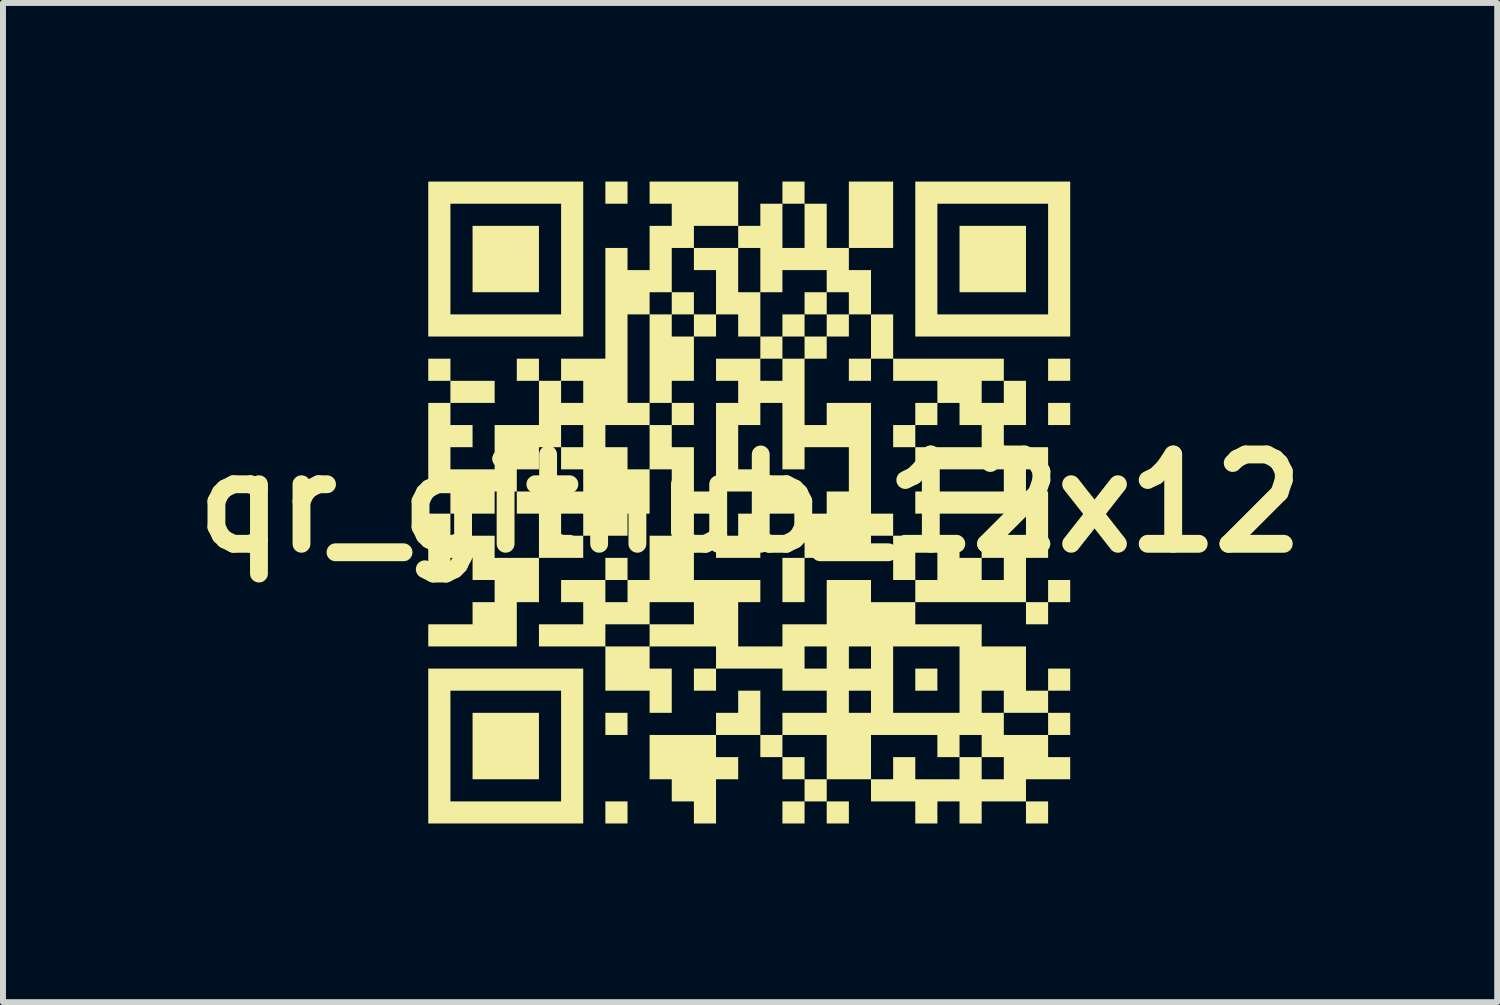
<source format=kicad_pcb>
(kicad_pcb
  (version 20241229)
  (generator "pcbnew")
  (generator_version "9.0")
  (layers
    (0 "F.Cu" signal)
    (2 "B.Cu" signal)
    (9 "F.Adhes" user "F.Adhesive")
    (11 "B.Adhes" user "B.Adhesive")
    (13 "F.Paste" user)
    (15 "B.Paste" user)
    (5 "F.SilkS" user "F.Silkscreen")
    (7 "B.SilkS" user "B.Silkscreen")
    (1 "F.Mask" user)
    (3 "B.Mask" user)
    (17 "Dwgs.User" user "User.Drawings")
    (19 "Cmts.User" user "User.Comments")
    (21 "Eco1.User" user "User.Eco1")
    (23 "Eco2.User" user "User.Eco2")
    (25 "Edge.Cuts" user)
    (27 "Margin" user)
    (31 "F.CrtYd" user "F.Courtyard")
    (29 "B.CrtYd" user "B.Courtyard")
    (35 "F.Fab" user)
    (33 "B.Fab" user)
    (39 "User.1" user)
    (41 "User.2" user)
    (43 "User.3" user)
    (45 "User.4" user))
  (footprint "qr_github_12x12"
    (layer "F.Cu")
    (at 9.55 5.406)
    (property "Reference" "qr_github_12x12" (at 0 0 0) (layer "F.SilkS") (effects (font (size 1.5 1.5) (thickness 0.3))))
    (attr board_only exclude_from_pos_files exclude_from_bom)
    (fp_poly (pts (xy -5.034 -2.245) (xy -5.034 -2.059) (xy -5.22 -2.059) (xy -5.406 -2.059) (xy -5.406 -2.245) (xy -5.406 -2.431) (xy -5.22 -2.431) (xy -5.034 -2.431)) (stroke (width 0) (type solid)) (fill yes) (layer "F.SilkS"))
    (fp_poly (pts (xy -3.547 -4.105) (xy -3.547 -3.547) (xy -4.105 -3.547) (xy -4.662 -3.547) (xy -4.662 -4.105) (xy -4.662 -4.662) (xy -4.105 -4.662) (xy -3.547 -4.662)) (stroke (width 0) (type solid)) (fill yes) (layer "F.SilkS"))
    (fp_poly (pts (xy -3.547 4.076) (xy -3.547 4.634) (xy -4.105 4.634) (xy -4.662 4.634) (xy -4.662 4.076) (xy -4.662 3.518) (xy -4.105 3.518) (xy -3.547 3.518)) (stroke (width 0) (type solid)) (fill yes) (layer "F.SilkS"))
    (fp_poly (pts (xy -2.059 -5.22) (xy -2.059 -5.034) (xy -2.245 -5.034) (xy -2.431 -5.034) (xy -2.431 -5.22) (xy -2.431 -5.406) (xy -2.245 -5.406) (xy -2.059 -5.406)) (stroke (width 0) (type solid)) (fill yes) (layer "F.SilkS"))
    (fp_poly (pts (xy -2.059 3.704) (xy -2.059 3.89) (xy -2.245 3.89) (xy -2.431 3.89) (xy -2.431 3.704) (xy -2.431 3.518) (xy -2.245 3.518) (xy -2.059 3.518)) (stroke (width 0) (type solid)) (fill yes) (layer "F.SilkS"))
    (fp_poly (pts (xy -2.059 5.192) (xy -2.059 5.377) (xy -2.245 5.377) (xy -2.431 5.377) (xy -2.431 5.192) (xy -2.431 5.006) (xy -2.245 5.006) (xy -2.059 5.006)) (stroke (width 0) (type solid)) (fill yes) (layer "F.SilkS"))
    (fp_poly (pts (xy -0.944 -1.502) (xy -0.944 -1.316) (xy -1.13 -1.316) (xy -1.316 -1.316) (xy -1.316 -1.502) (xy -1.316 -1.688) (xy -1.13 -1.688) (xy -0.944 -1.688)) (stroke (width 0) (type solid)) (fill yes) (layer "F.SilkS"))
    (fp_poly (pts (xy 1.659 5.192) (xy 1.659 5.377) (xy 1.473 5.377) (xy 1.287 5.377) (xy 1.287 5.192) (xy 1.287 5.006) (xy 1.473 5.006) (xy 1.659 5.006)) (stroke (width 0) (type solid)) (fill yes) (layer "F.SilkS"))
    (fp_poly (pts (xy 2.031 -2.245) (xy 2.031 -2.059) (xy 1.845 -2.059) (xy 1.659 -2.059) (xy 1.659 -2.245) (xy 1.659 -2.431) (xy 1.845 -2.431) (xy 2.031 -2.431)) (stroke (width 0) (type solid)) (fill yes) (layer "F.SilkS"))
    (fp_poly (pts (xy 2.403 -2.803) (xy 2.403 -2.431) (xy 2.217 -2.431) (xy 2.031 -2.431) (xy 2.031 -2.803) (xy 2.031 -3.175) (xy 2.217 -3.175) (xy 2.403 -3.175)) (stroke (width 0) (type solid)) (fill yes) (layer "F.SilkS"))
    (fp_poly (pts (xy 2.775 0.915) (xy 2.775 1.287) (xy 2.589 1.287) (xy 2.403 1.287) (xy 2.403 0.915) (xy 2.403 0.543) (xy 2.589 0.543) (xy 2.775 0.543)) (stroke (width 0) (type solid)) (fill yes) (layer "F.SilkS"))
    (fp_poly (pts (xy 3.146 2.96) (xy 3.146 3.146) (xy 2.96 3.146) (xy 2.775 3.146) (xy 2.775 2.96) (xy 2.775 2.775) (xy 2.96 2.775) (xy 3.146 2.775)) (stroke (width 0) (type solid)) (fill yes) (layer "F.SilkS"))
    (fp_poly (pts (xy 4.634 -4.105) (xy 4.634 -3.547) (xy 4.076 -3.547) (xy 3.518 -3.547) (xy 3.518 -4.105) (xy 3.518 -4.662) (xy 4.076 -4.662) (xy 4.634 -4.662)) (stroke (width 0) (type solid)) (fill yes) (layer "F.SilkS"))
    (fp_poly (pts (xy 5.006 5.192) (xy 5.006 5.377) (xy 4.82 5.377) (xy 4.634 5.377) (xy 4.634 5.192) (xy 4.634 5.006) (xy 4.82 5.006) (xy 5.006 5.006)) (stroke (width 0) (type solid)) (fill yes) (layer "F.SilkS"))
    (fp_poly (pts (xy 5.377 -2.245) (xy 5.377 -2.059) (xy 5.192 -2.059) (xy 5.006 -2.059) (xy 5.006 -2.245) (xy 5.006 -2.431) (xy 5.192 -2.431) (xy 5.377 -2.431)) (stroke (width 0) (type solid)) (fill yes) (layer "F.SilkS"))
    (fp_poly (pts (xy 5.377 -1.502) (xy 5.377 -1.316) (xy 5.192 -1.316) (xy 5.006 -1.316) (xy 5.006 -1.502) (xy 5.006 -1.688) (xy 5.192 -1.688) (xy 5.377 -1.688)) (stroke (width 0) (type solid)) (fill yes) (layer "F.SilkS"))
    (fp_poly (pts (xy 3.146 -1.502) (xy 3.146 -1.316) (xy 2.96 -1.316) (xy 2.775 -1.316) (xy 2.775 -1.13) (xy 2.775 -0.944) (xy 2.589 -0.944) (xy 2.403 -0.944) (xy 2.403 -1.13) (xy 2.403 -1.316) (xy 2.589 -1.316) (xy 2.775 -1.316) (xy 2.775 -1.502) (xy 2.775 -1.688) (xy 2.96 -1.688) (xy 3.146 -1.688)) (stroke (width 0) (type solid)) (fill yes) (layer "F.SilkS"))
    (fp_poly (pts (xy -2.803 -4.105) (xy -2.803 -2.803) (xy -4.105 -2.803) (xy -5.406 -2.803) (xy -5.406 -4.105) (xy -5.034 -4.105) (xy -5.034 -3.175) (xy -4.105 -3.175) (xy -3.175 -3.175) (xy -3.175 -4.105) (xy -3.175 -5.034) (xy -4.105 -5.034) (xy -5.034 -5.034) (xy -5.034 -4.105) (xy -5.406 -4.105) (xy -5.406 -5.406) (xy -4.105 -5.406) (xy -2.803 -5.406)) (stroke (width 0) (type solid)) (fill yes) (layer "F.SilkS"))
    (fp_poly (pts (xy -2.803 4.076) (xy -2.803 5.377) (xy -4.105 5.377) (xy -5.406 5.377) (xy -5.406 4.076) (xy -5.034 4.076) (xy -5.034 5.006) (xy -4.105 5.006) (xy -3.175 5.006) (xy -3.175 4.076) (xy -3.175 3.146) (xy -4.105 3.146) (xy -5.034 3.146) (xy -5.034 4.076) (xy -5.406 4.076) (xy -5.406 2.775) (xy -4.105 2.775) (xy -2.803 2.775)) (stroke (width 0) (type solid)) (fill yes) (layer "F.SilkS"))
    (fp_poly (pts (xy 5.377 -4.105) (xy 5.377 -2.803) (xy 4.076 -2.803) (xy 2.775 -2.803) (xy 2.775 -4.105) (xy 3.146 -4.105) (xy 3.146 -3.175) (xy 4.076 -3.175) (xy 5.006 -3.175) (xy 5.006 -4.105) (xy 5.006 -5.034) (xy 4.076 -5.034) (xy 3.146 -5.034) (xy 3.146 -4.105) (xy 2.775 -4.105) (xy 2.775 -5.406) (xy 4.076 -5.406) (xy 5.377 -5.406)) (stroke (width 0) (type solid)) (fill yes) (layer "F.SilkS"))
    (fp_poly (pts (xy -0.2 -3.919) (xy -0.2 -3.547) (xy -0.014 -3.547) (xy 0.172 -3.547) (xy 0.172 -3.175) (xy 0.172 -2.803) (xy 0.358 -2.803) (xy 0.543 -2.803) (xy 0.543 -2.989) (xy 0.543 -3.175) (xy 0.729 -3.175) (xy 0.915 -3.175) (xy 0.915 -3.361) (xy 0.915 -3.547) (xy 1.101 -3.547) (xy 1.287 -3.547) (xy 1.287 -3.361) (xy 1.287 -3.175) (xy 1.101 -3.175) (xy 0.915 -3.175) (xy 0.915 -2.989) (xy 0.915 -2.803) (xy 0.729 -2.803) (xy 0.543 -2.803) (xy 0.543 -2.617) (xy 0.543 -2.431) (xy 0.358 -2.431) (xy 0.172 -2.431) (xy 0.172 -2.245) (xy 0.172 -2.059) (xy 0.358 -2.059) (xy 0.543 -2.059) (xy 0.543 -2.245) (xy 0.543 -2.431) (xy 0.729 -2.431) (xy 0.915 -2.431) (xy 0.915 -2.617) (xy 0.915 -2.803) (xy 1.101 -2.803) (xy 1.287 -2.803) (xy 1.287 -2.989) (xy 1.287 -3.175) (xy 1.473 -3.175) (xy 1.659 -3.175) (xy 1.659 -2.989) (xy 1.659 -2.803) (xy 1.473 -2.803) (xy 1.287 -2.803) (xy 1.287 -2.617) (xy 1.287 -2.431) (xy 1.101 -2.431) (xy 0.915 -2.431) (xy 0.915 -1.874) (xy 0.915 -1.316) (xy 1.101 -1.316) (xy 1.287 -1.316) (xy 1.287 -1.502) (xy 1.287 -1.688) (xy 1.659 -1.688) (xy 2.031 -1.688) (xy 2.031 -0.758) (xy 2.031 0.172) (xy 2.217 0.172) (xy 2.403 0.172) (xy 2.403 0.358) (xy 2.403 0.543) (xy 2.217 0.543) (xy 2.031 0.543) (xy 2.031 0.729) (xy 2.031 0.915) (xy 1.473 0.915) (xy 0.915 0.915) (xy 0.915 1.287) (xy 0.915 1.659) (xy 0.729 1.659) (xy 0.543 1.659) (xy 0.543 1.287) (xy 0.543 0.915) (xy 0.729 0.915) (xy 0.915 0.915) (xy 0.915 0.543) (xy 0.915 0.172) (xy 0.543 0.172) (xy 0.172 0.172) (xy 0.172 0.543) (xy 0.172 0.915) (xy -0.2 0.915) (xy -0.572 0.915) (xy -0.572 0.729) (xy -0.572 0.543) (xy -0.386 0.543) (xy -0.2 0.543) (xy -0.2 0.358) (xy -0.2 0.172) (xy -0.014 0.172) (xy 0.172 0.172) (xy 0.172 -0.014) (xy 0.172 -0.2) (xy 0.543 -0.2) (xy 0.915 -0.2) (xy 0.915 -0.014) (xy 0.915 0.172) (xy 1.101 0.172) (xy 1.287 0.172) (xy 1.287 -0.014) (xy 1.287 -0.2) (xy 1.473 -0.2) (xy 1.659 -0.2) (xy 1.659 -0.572) (xy 1.659 -0.944) (xy 1.287 -0.944) (xy 0.915 -0.944) (xy 0.915 -0.758) (xy 0.915 -0.572) (xy 0.729 -0.572) (xy 0.543 -0.572) (xy 0.543 -1.13) (xy 0.543 -1.688) (xy 0.358 -1.688) (xy 0.172 -1.688) (xy 0.172 -1.502) (xy 0.172 -1.316) (xy -0.014 -1.316) (xy -0.2 -1.316) (xy -0.2 -0.944) (xy -0.2 -0.572) (xy -0.014 -0.572) (xy 0.172 -0.572) (xy 0.172 -0.386) (xy 0.172 -0.2) (xy -0.2 -0.2) (xy -0.572 -0.2) (xy -0.572 -0.944) (xy -0.572 -1.688) (xy -0.386 -1.688) (xy -0.2 -1.688) (xy -0.2 -1.874) (xy -0.2 -2.059) (xy -0.386 -2.059) (xy -0.572 -2.059) (xy -0.572 -2.245) (xy -0.572 -2.431) (xy -0.2 -2.431) (xy 0.172 -2.431) (xy 0.172 -2.617) (xy 0.172 -2.803) (xy -0.014 -2.803) (xy -0.2 -2.803) (xy -0.2 -2.989) (xy -0.2 -3.175) (xy -0.386 -3.175) (xy -0.572 -3.175) (xy -0.572 -2.989) (xy -0.572 -2.803) (xy -0.758 -2.803) (xy -0.944 -2.803) (xy -0.944 -2.431) (xy -0.944 -2.059) (xy -1.13 -2.059) (xy -1.316 -2.059) (xy -1.316 -1.874) (xy -1.316 -1.688) (xy -1.502 -1.688) (xy -1.688 -1.688) (xy -1.688 -2.431) (xy -1.688 -2.989) (xy -1.316 -2.989) (xy -1.316 -2.803) (xy -1.13 -2.803) (xy -0.944 -2.803) (xy -0.944 -2.989) (xy -0.944 -3.175) (xy -1.13 -3.175) (xy -1.316 -3.175) (xy -1.316 -2.989) (xy -1.688 -2.989) (xy -1.688 -3.175) (xy -1.502 -3.175) (xy -1.316 -3.175) (xy -1.316 -3.361) (xy -1.316 -3.547) (xy -1.13 -3.547) (xy -0.944 -3.547) (xy -0.944 -3.361) (xy -0.944 -3.175) (xy -0.758 -3.175) (xy -0.572 -3.175) (xy -0.572 -3.547) (xy -0.572 -3.919) (xy -0.758 -3.919) (xy -0.944 -3.919) (xy -0.944 -4.105) (xy -0.944 -4.291) (xy -0.572 -4.291) (xy -0.2 -4.291)) (stroke (width 0) (type solid)) (fill yes) (layer "F.SilkS"))
    (fp_poly (pts (xy -0.2 -5.034) (xy -0.2 -4.662) (xy -0.014 -4.662) (xy 0.172 -4.662) (xy 0.172 -4.848) (xy 0.172 -5.034) (xy 0.358 -5.034) (xy 0.543 -5.034) (xy 0.543 -5.22) (xy 0.543 -5.406) (xy 0.729 -5.406) (xy 0.915 -5.406) (xy 0.915 -5.22) (xy 0.915 -5.034) (xy 0.729 -5.034) (xy 0.543 -5.034) (xy 0.543 -4.662) (xy 0.543 -4.291) (xy 0.729 -4.291) (xy 0.915 -4.291) (xy 0.915 -4.662) (xy 0.915 -5.034) (xy 1.101 -5.034) (xy 1.287 -5.034) (xy 1.287 -4.662) (xy 1.287 -4.291) (xy 1.473 -4.291) (xy 1.659 -4.291) (xy 1.659 -4.848) (xy 1.659 -5.406) (xy 2.031 -5.406) (xy 2.403 -5.406) (xy 2.403 -4.848) (xy 2.403 -4.291) (xy 2.031 -4.291) (xy 1.659 -4.291) (xy 1.659 -4.105) (xy 1.659 -3.919) (xy 1.845 -3.919) (xy 2.031 -3.919) (xy 2.031 -3.547) (xy 2.031 -3.175) (xy 1.845 -3.175) (xy 1.659 -3.175) (xy 1.659 -3.361) (xy 1.659 -3.547) (xy 1.473 -3.547) (xy 1.287 -3.547) (xy 1.287 -3.733) (xy 1.287 -3.919) (xy 0.915 -3.919) (xy 0.543 -3.919) (xy 0.543 -3.733) (xy 0.543 -3.547) (xy 0.358 -3.547) (xy 0.172 -3.547) (xy 0.172 -3.919) (xy 0.172 -4.291) (xy -0.014 -4.291) (xy -0.2 -4.291) (xy -0.2 -4.476) (xy -0.2 -4.662) (xy -0.572 -4.662) (xy -0.944 -4.662) (xy -0.944 -4.476) (xy -0.944 -4.291) (xy -1.13 -4.291) (xy -1.316 -4.291) (xy -1.316 -3.919) (xy -1.316 -3.547) (xy -1.502 -3.547) (xy -1.688 -3.547) (xy -1.688 -3.361) (xy -1.688 -3.175) (xy -1.874 -3.175) (xy -2.059 -3.175) (xy -2.059 -2.431) (xy -2.059 -1.688) (xy -1.874 -1.688) (xy -1.688 -1.688) (xy -1.688 -1.502) (xy -1.688 -1.316) (xy -2.059 -1.316) (xy -2.431 -1.316) (xy -2.431 -1.13) (xy -2.431 -0.944) (xy -2.245 -0.944) (xy -2.059 -0.944) (xy -2.059 -0.758) (xy -2.059 -0.572) (xy -1.874 -0.572) (xy -1.688 -0.572) (xy -1.688 -0.944) (xy -1.688 -1.316) (xy -1.502 -1.316) (xy -1.316 -1.316) (xy -1.316 -1.13) (xy -1.316 -0.944) (xy -1.13 -0.944) (xy -0.944 -0.944) (xy -0.944 -0.572) (xy -0.944 -0.2) (xy -0.758 -0.2) (xy -0.572 -0.2) (xy -0.572 -0.014) (xy -0.572 0.172) (xy -0.758 0.172) (xy -0.944 0.172) (xy -0.944 0.729) (xy -0.944 1.287) (xy -0.386 1.287) (xy 0.172 1.287) (xy 0.172 1.473) (xy 0.172 1.659) (xy -0.014 1.659) (xy -0.2 1.659) (xy -0.2 2.031) (xy -0.2 2.403) (xy 0.172 2.403) (xy 0.543 2.403) (xy 0.543 2.217) (xy 0.543 2.031) (xy 0.915 2.031) (xy 1.287 2.031) (xy 1.287 1.659) (xy 1.287 1.287) (xy 1.659 1.287) (xy 2.031 1.287) (xy 2.031 1.473) (xy 2.031 1.659) (xy 2.403 1.659) (xy 2.775 1.659) (xy 2.775 1.473) (xy 2.775 1.287) (xy 2.96 1.287) (xy 3.146 1.287) (xy 3.146 1.101) (xy 3.89 1.101) (xy 3.89 1.287) (xy 4.076 1.287) (xy 4.262 1.287) (xy 4.262 1.101) (xy 4.262 0.915) (xy 4.076 0.915) (xy 3.89 0.915) (xy 3.89 1.101) (xy 3.146 1.101) (xy 3.146 0.915) (xy 3.146 0.543) (xy 3.332 0.543) (xy 3.518 0.543) (xy 3.518 0.729) (xy 3.518 0.915) (xy 3.704 0.915) (xy 3.89 0.915) (xy 3.89 0.729) (xy 3.89 0.543) (xy 4.262 0.543) (xy 4.634 0.543) (xy 4.634 0.358) (xy 4.634 0.172) (xy 3.704 0.172) (xy 2.775 0.172) (xy 2.775 -0.014) (xy 2.775 -0.2) (xy 3.518 -0.2) (xy 4.262 -0.2) (xy 4.262 -0.386) (xy 4.262 -0.572) (xy 3.518 -0.572) (xy 2.775 -0.572) (xy 2.775 -0.758) (xy 2.775 -0.944) (xy 3.332 -0.944) (xy 3.89 -0.944) (xy 3.89 -1.13) (xy 3.89 -1.316) (xy 3.704 -1.316) (xy 3.518 -1.316) (xy 3.518 -1.502) (xy 3.518 -1.688) (xy 3.332 -1.688) (xy 3.146 -1.688) (xy 3.146 -1.874) (xy 3.146 -2.059) (xy 2.775 -2.059) (xy 2.403 -2.059) (xy 2.403 -2.245) (xy 2.403 -2.431) (xy 3.332 -2.431) (xy 4.262 -2.431) (xy 4.262 -2.245) (xy 4.262 -2.059) (xy 4.076 -2.059) (xy 3.89 -2.059) (xy 3.89 -1.874) (xy 3.89 -1.688) (xy 4.076 -1.688) (xy 4.262 -1.688) (xy 4.262 -1.874) (xy 4.262 -2.059) (xy 4.448 -2.059) (xy 4.634 -2.059) (xy 4.634 -1.688) (xy 4.634 -1.316) (xy 4.448 -1.316) (xy 4.262 -1.316) (xy 4.262 -1.13) (xy 4.262 -0.944) (xy 4.634 -0.944) (xy 5.006 -0.944) (xy 5.006 -0.758) (xy 5.006 -0.572) (xy 4.82 -0.572) (xy 4.634 -0.572) (xy 4.634 -0.386) (xy 4.634 -0.2) (xy 4.82 -0.2) (xy 5.006 -0.2) (xy 5.006 0.358) (xy 5.006 0.915) (xy 4.82 0.915) (xy 4.634 0.915) (xy 4.634 1.287) (xy 4.634 1.659) (xy 4.82 1.659) (xy 5.006 1.659) (xy 5.006 1.473) (xy 5.006 1.287) (xy 5.192 1.287) (xy 5.377 1.287) (xy 5.377 1.473) (xy 5.377 1.659) (xy 5.192 1.659) (xy 5.006 1.659) (xy 5.006 1.845) (xy 5.006 2.031) (xy 4.82 2.031) (xy 4.634 2.031) (xy 4.634 1.845) (xy 4.634 1.659) (xy 3.704 1.659) (xy 2.775 1.659) (xy 2.775 1.845) (xy 2.775 2.031) (xy 3.332 2.031) (xy 3.89 2.031) (xy 3.89 2.217) (xy 3.89 2.403) (xy 4.262 2.403) (xy 4.634 2.403) (xy 4.634 2.775) (xy 4.634 3.146) (xy 4.82 3.146) (xy 5.006 3.146) (xy 5.006 2.96) (xy 5.006 2.775) (xy 5.192 2.775) (xy 5.377 2.775) (xy 5.377 2.96) (xy 5.377 3.146) (xy 5.192 3.146) (xy 5.006 3.146) (xy 5.006 3.332) (xy 5.006 3.518) (xy 4.634 3.518) (xy 4.262 3.518) (xy 4.262 3.704) (xy 4.262 3.89) (xy 4.634 3.89) (xy 5.006 3.89) (xy 5.006 3.704) (xy 5.006 3.518) (xy 5.192 3.518) (xy 5.377 3.518) (xy 5.377 3.704) (xy 5.377 3.89) (xy 5.192 3.89) (xy 5.006 3.89) (xy 5.006 4.076) (xy 5.006 4.262) (xy 5.192 4.262) (xy 5.377 4.262) (xy 5.377 4.448) (xy 5.377 4.634) (xy 5.006 4.634) (xy 4.634 4.634) (xy 4.634 4.82) (xy 4.634 5.006) (xy 4.262 5.006) (xy 3.89 5.006) (xy 3.89 5.192) (xy 3.89 5.377) (xy 3.704 5.377) (xy 3.518 5.377) (xy 3.518 5.192) (xy 3.518 5.006) (xy 3.332 5.006) (xy 3.146 5.006) (xy 3.146 5.192) (xy 3.146 5.377) (xy 2.96 5.377) (xy 2.775 5.377) (xy 2.775 5.192) (xy 2.775 5.006) (xy 2.403 5.006) (xy 2.031 5.006) (xy 2.031 4.82) (xy 2.031 4.634) (xy 1.659 4.634) (xy 1.287 4.634) (xy 1.287 4.82) (xy 1.287 5.006) (xy 1.101 5.006) (xy 0.915 5.006) (xy 0.915 5.192) (xy 0.915 5.377) (xy 0.729 5.377) (xy 0.543 5.377) (xy 0.543 5.192) (xy 0.543 5.006) (xy 0.729 5.006) (xy 0.915 5.006) (xy 0.915 4.82) (xy 0.915 4.634) (xy 0.729 4.634) (xy 0.543 4.634) (xy 0.543 4.448) (xy 0.543 4.262) (xy 0.729 4.262) (xy 0.915 4.262) (xy 0.915 4.448) (xy 0.915 4.634) (xy 1.101 4.634) (xy 1.287 4.634) (xy 1.287 4.262) (xy 2.031 4.262) (xy 2.031 4.634) (xy 2.217 4.634) (xy 2.403 4.634) (xy 2.403 4.448) (xy 2.403 4.262) (xy 2.589 4.262) (xy 2.775 4.262) (xy 2.775 4.448) (xy 2.775 4.634) (xy 3.146 4.634) (xy 3.518 4.634) (xy 3.518 4.448) (xy 3.89 4.448) (xy 3.89 4.634) (xy 4.076 4.634) (xy 4.262 4.634) (xy 4.262 4.448) (xy 4.262 4.262) (xy 4.076 4.262) (xy 3.89 4.262) (xy 3.89 4.448) (xy 3.518 4.448) (xy 3.518 4.262) (xy 3.704 4.262) (xy 3.89 4.262) (xy 3.89 4.076) (xy 3.89 3.89) (xy 3.704 3.89) (xy 3.518 3.89) (xy 3.518 4.076) (xy 3.518 4.262) (xy 3.332 4.262) (xy 3.146 4.262) (xy 3.146 4.076) (xy 3.146 3.89) (xy 2.589 3.89) (xy 2.031 3.89) (xy 2.031 4.262) (xy 1.287 4.262) (xy 1.287 3.89) (xy 0.915 3.89) (xy 0.543 3.89) (xy 0.543 4.076) (xy 0.543 4.262) (xy 0.358 4.262) (xy 0.172 4.262) (xy 0.172 4.076) (xy 0.172 3.89) (xy -0.2 3.89) (xy -0.572 3.89) (xy -0.572 4.076) (xy -0.572 4.262) (xy -0.386 4.262) (xy -0.2 4.262) (xy -0.2 4.448) (xy -0.2 4.634) (xy -0.386 4.634) (xy -0.572 4.634) (xy -0.572 5.006) (xy -0.572 5.377) (xy -0.758 5.377) (xy -0.944 5.377) (xy -0.944 5.192) (xy -0.944 5.006) (xy -1.13 5.006) (xy -1.316 5.006) (xy -1.316 4.82) (xy -1.316 4.634) (xy -1.502 4.634) (xy -1.688 4.634) (xy -1.688 4.262) (xy -1.688 3.89) (xy -1.13 3.89) (xy -0.572 3.89) (xy -0.572 3.704) (xy -0.572 3.518) (xy -0.386 3.518) (xy -0.2 3.518) (xy -0.2 3.332) (xy -0.2 3.146) (xy -0.014 3.146) (xy 0.172 3.146) (xy 0.172 3.518) (xy 0.172 3.89) (xy 0.358 3.89) (xy 0.543 3.89) (xy 0.543 3.704) (xy 0.543 3.518) (xy 0.915 3.518) (xy 1.287 3.518) (xy 1.287 3.332) (xy 1.659 3.332) (xy 1.659 3.518) (xy 1.845 3.518) (xy 2.031 3.518) (xy 2.031 3.332) (xy 2.031 3.146) (xy 1.845 3.146) (xy 1.659 3.146) (xy 1.659 3.332) (xy 1.287 3.332) (xy 1.287 3.146) (xy 0.915 3.146) (xy 0.543 3.146) (xy 0.543 2.96) (xy 2.403 2.96) (xy 2.403 3.518) (xy 2.96 3.518) (xy 3.518 3.518) (xy 3.518 3.332) (xy 3.89 3.332) (xy 3.89 3.518) (xy 4.076 3.518) (xy 4.262 3.518) (xy 4.262 3.332) (xy 4.262 3.146) (xy 4.076 3.146) (xy 3.89 3.146) (xy 3.89 3.332) (xy 3.518 3.332) (xy 3.518 2.96) (xy 3.518 2.403) (xy 2.96 2.403) (xy 2.403 2.403) (xy 2.403 2.96) (xy 0.543 2.96) (xy 0.543 2.775) (xy -0.014 2.775) (xy -0.572 2.775) (xy -0.572 2.96) (xy -0.572 3.146) (xy -0.758 3.146) (xy -0.944 3.146) (xy -0.944 2.96) (xy -0.944 2.775) (xy -0.758 2.775) (xy -0.572 2.775) (xy -0.572 2.589) (xy 0.915 2.589) (xy 0.915 2.775) (xy 1.101 2.775) (xy 1.287 2.775) (xy 1.287 2.589) (xy 1.659 2.589) (xy 1.659 2.775) (xy 1.845 2.775) (xy 2.031 2.775) (xy 2.031 2.589) (xy 2.031 2.403) (xy 1.845 2.403) (xy 1.659 2.403) (xy 1.659 2.589) (xy 1.287 2.589) (xy 1.287 2.403) (xy 1.101 2.403) (xy 0.915 2.403) (xy 0.915 2.589) (xy -0.572 2.589) (xy -0.572 2.403) (xy -1.13 2.403) (xy -1.688 2.403) (xy -1.688 2.589) (xy -1.688 2.775) (xy -1.502 2.775) (xy -1.316 2.775) (xy -1.316 3.146) (xy -1.316 3.518) (xy -1.502 3.518) (xy -1.688 3.518) (xy -1.688 3.332) (xy -1.688 3.146) (xy -2.059 3.146) (xy -2.431 3.146) (xy -2.431 2.775) (xy -2.431 2.403) (xy -2.989 2.403) (xy -3.547 2.403) (xy -3.547 2.217) (xy -3.547 2.031) (xy -3.175 2.031) (xy -2.803 2.031) (xy -2.431 2.031) (xy -2.431 2.217) (xy -2.431 2.403) (xy -2.059 2.403) (xy -1.688 2.403) (xy -1.688 2.217) (xy -1.688 2.031) (xy -1.316 2.031) (xy -0.944 2.031) (xy -0.944 1.845) (xy -0.944 1.659) (xy -1.316 1.659) (xy -1.688 1.659) (xy -1.688 1.845) (xy -1.688 2.031) (xy -2.059 2.031) (xy -2.431 2.031) (xy -2.803 2.031) (xy -2.803 1.845) (xy -2.803 1.659) (xy -2.989 1.659) (xy -3.175 1.659) (xy -3.175 1.473) (xy -2.431 1.473) (xy -2.431 1.659) (xy -2.245 1.659) (xy -2.059 1.659) (xy -2.059 1.473) (xy -2.059 1.287) (xy -2.245 1.287) (xy -2.431 1.287) (xy -2.431 1.473) (xy -3.175 1.473) (xy -3.175 1.287) (xy -2.803 1.287) (xy -2.431 1.287) (xy -2.431 1.101) (xy -2.431 0.915) (xy -2.245 0.915) (xy -2.059 0.915) (xy -2.059 1.101) (xy -2.059 1.287) (xy -1.874 1.287) (xy -1.688 1.287) (xy -1.688 0.915) (xy -1.688 0.543) (xy -1.502 0.543) (xy -1.316 0.543) (xy -1.316 -0.014) (xy -1.316 -0.572) (xy -1.502 -0.572) (xy -1.688 -0.572) (xy -1.688 -0.2) (xy -1.688 0.172) (xy -1.874 0.172) (xy -2.059 0.172) (xy -2.059 0.358) (xy -2.059 0.543) (xy -2.431 0.543) (xy -2.803 0.543) (xy -2.803 0.729) (xy -2.803 0.915) (xy -3.175 0.915) (xy -3.547 0.915) (xy -3.547 1.287) (xy -3.547 1.659) (xy -3.733 1.659) (xy -3.919 1.659) (xy -3.919 2.031) (xy -3.919 2.403) (xy -4.662 2.403) (xy -5.406 2.403) (xy -5.406 2.217) (xy -5.406 2.031) (xy -5.034 2.031) (xy -4.662 2.031) (xy -4.662 1.845) (xy -4.662 1.659) (xy -4.476 1.659) (xy -4.291 1.659) (xy -4.291 1.473) (xy -4.291 1.287) (xy -4.476 1.287) (xy -4.662 1.287) (xy -4.662 1.101) (xy -4.662 0.915) (xy -4.848 0.915) (xy -5.034 0.915) (xy -5.034 1.101) (xy -5.034 1.287) (xy -5.22 1.287) (xy -5.406 1.287) (xy -5.406 0.729) (xy -5.406 0.172) (xy -5.22 0.172) (xy -5.034 0.172) (xy -5.034 0.358) (xy -5.034 0.543) (xy -4.662 0.543) (xy -4.291 0.543) (xy -4.291 0.729) (xy -4.291 0.915) (xy -3.919 0.915) (xy -3.547 0.915) (xy -3.547 0.543) (xy -3.547 0.358) (xy -3.175 0.358) (xy -3.175 0.543) (xy -2.989 0.543) (xy -2.803 0.543) (xy -2.803 0.358) (xy -2.803 0.172) (xy -2.989 0.172) (xy -3.175 0.172) (xy -3.175 0.358) (xy -3.547 0.358) (xy -3.547 0.172) (xy -3.733 0.172) (xy -3.919 0.172) (xy -3.919 -0.014) (xy -3.919 -0.2) (xy -3.361 -0.2) (xy -2.803 -0.2) (xy -2.803 -0.386) (xy -2.803 -0.572) (xy -2.989 -0.572) (xy -3.175 -0.572) (xy -3.175 -0.758) (xy -3.175 -0.944) (xy -2.989 -0.944) (xy -2.803 -0.944) (xy -2.803 -1.13) (xy -2.803 -1.316) (xy -2.989 -1.316) (xy -3.175 -1.316) (xy -3.175 -1.13) (xy -3.175 -0.944) (xy -3.361 -0.944) (xy -3.547 -0.944) (xy -3.547 -0.758) (xy -3.547 -0.572) (xy -3.733 -0.572) (xy -3.919 -0.572) (xy -3.919 -0.386) (xy -3.919 -0.2) (xy -4.105 -0.2) (xy -4.291 -0.2) (xy -4.291 -0.014) (xy -4.291 0.172) (xy -4.662 0.172) (xy -5.034 0.172) (xy -5.034 -0.014) (xy -5.034 -0.2) (xy -5.22 -0.2) (xy -5.406 -0.2) (xy -5.406 -0.944) (xy -5.406 -1.688) (xy -5.22 -1.688) (xy -5.034 -1.688) (xy -5.034 -1.874) (xy -5.034 -2.059) (xy -4.662 -2.059) (xy -4.291 -2.059) (xy -4.291 -1.874) (xy -4.291 -1.688) (xy -4.662 -1.688) (xy -5.034 -1.688) (xy -5.034 -1.502) (xy -5.034 -1.316) (xy -4.848 -1.316) (xy -4.662 -1.316) (xy -4.662 -1.13) (xy -4.662 -0.944) (xy -4.848 -0.944) (xy -5.034 -0.944) (xy -5.034 -0.758) (xy -5.034 -0.572) (xy -4.662 -0.572) (xy -4.291 -0.572) (xy -4.291 -0.944) (xy -4.291 -1.316) (xy -3.919 -1.316) (xy -3.547 -1.316) (xy -3.547 -1.688) (xy -3.547 -1.874) (xy -3.175 -1.874) (xy -3.175 -1.688) (xy -2.989 -1.688) (xy -2.803 -1.688) (xy -2.803 -1.874) (xy -2.803 -2.059) (xy -2.989 -2.059) (xy -3.175 -2.059) (xy -3.175 -1.874) (xy -3.547 -1.874) (xy -3.547 -2.059) (xy -3.733 -2.059) (xy -3.919 -2.059) (xy -3.919 -2.245) (xy -3.919 -2.431) (xy -3.733 -2.431) (xy -3.547 -2.431) (xy -3.547 -2.245) (xy -3.547 -2.059) (xy -3.361 -2.059) (xy -3.175 -2.059) (xy -3.175 -2.245) (xy -3.175 -2.431) (xy -2.803 -2.431) (xy -2.431 -2.431) (xy -2.431 -3.361) (xy -2.431 -4.291) (xy -2.245 -4.291) (xy -2.059 -4.291) (xy -2.059 -4.105) (xy -2.059 -3.919) (xy -1.874 -3.919) (xy -1.688 -3.919) (xy -1.688 -4.291) (xy -1.688 -4.662) (xy -1.502 -4.662) (xy -1.316 -4.662) (xy -1.316 -4.848) (xy -1.316 -5.034) (xy -1.502 -5.034) (xy -1.688 -5.034) (xy -1.688 -5.22) (xy -1.688 -5.406) (xy -0.944 -5.406) (xy -0.2 -5.406)) (stroke (width 0) (type solid)) (fill yes) (layer "F.SilkS")))
  (gr_rect
    (start -3 -3)
    (end 22.1 13.784)
    (stroke (width 0.1) (type default))
    (fill no)
    (layer "Edge.Cuts")))
</source>
